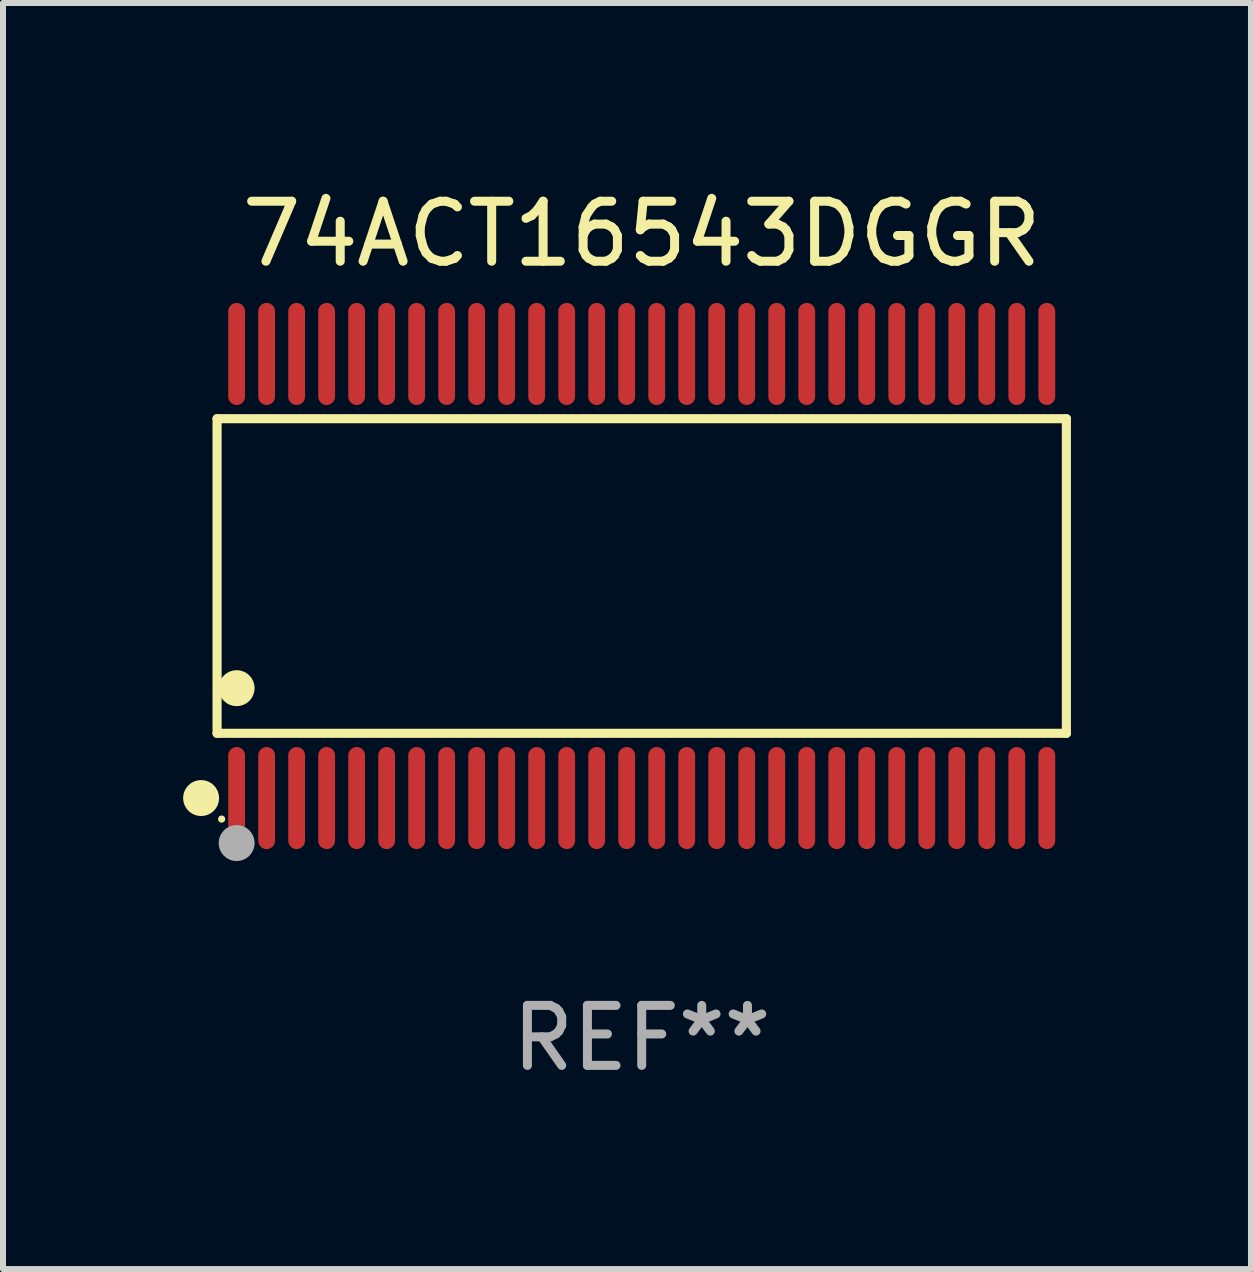
<source format=kicad_pcb>
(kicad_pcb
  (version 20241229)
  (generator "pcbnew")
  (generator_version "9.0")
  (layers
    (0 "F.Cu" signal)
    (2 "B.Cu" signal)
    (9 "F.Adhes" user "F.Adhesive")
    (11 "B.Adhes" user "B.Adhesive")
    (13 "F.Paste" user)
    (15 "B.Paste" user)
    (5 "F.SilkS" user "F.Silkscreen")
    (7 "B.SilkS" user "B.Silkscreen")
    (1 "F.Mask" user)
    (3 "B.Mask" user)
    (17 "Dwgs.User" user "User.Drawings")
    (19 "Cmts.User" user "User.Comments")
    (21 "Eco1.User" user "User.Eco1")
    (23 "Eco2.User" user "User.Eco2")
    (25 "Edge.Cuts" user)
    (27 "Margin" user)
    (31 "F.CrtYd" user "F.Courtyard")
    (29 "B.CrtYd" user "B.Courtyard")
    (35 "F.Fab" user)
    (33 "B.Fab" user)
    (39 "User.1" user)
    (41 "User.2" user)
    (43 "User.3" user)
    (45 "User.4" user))
  (footprint "74ACT16543DGGR"
    (layer "F.Cu")
    (at 7.643 6.548)
    (property "Reference" "74ACT16543DGGR" (at 0 -5.7 0) (layer "F.SilkS") (effects (font (size 1 1) (thickness 0.15))))
    (attr through_hole)
    (fp_line (start -7.076 -2.621) (end 7.076 -2.621) (stroke (width 0.152) (type solid)) (layer "F.SilkS"))
    (fp_line (start -7.076 2.621) (end -7.076 -2.621) (stroke (width 0.152) (type solid)) (layer "F.SilkS"))
    (fp_line (start 7.076 -2.621) (end 7.076 2.621) (stroke (width 0.152) (type solid)) (layer "F.SilkS"))
    (fp_line (start 7.076 2.621) (end -7.076 2.621) (stroke (width 0.152) (type solid)) (layer "F.SilkS"))
    (fp_circle (center -7.342 3.7) (end -7.192 3.7) (stroke (width 0.3) (type solid)) (fill no) (layer "F.SilkS"))
    (fp_circle (center -7 4.05) (end -6.97 4.05) (stroke (width 0.06) (type solid)) (fill no) (layer "F.SilkS"))
    (fp_circle (center -6.75 1.869) (end -6.6 1.869) (stroke (width 0.3) (type solid)) (fill no) (layer "F.SilkS"))
    (fp_circle (center -6.75 4.45) (end -6.6 4.45) (stroke (width 0.3) (type solid)) (fill no) (layer "F.Fab"))
    (fp_text user "REF**" (at 0 7.7 0) (layer "F.Fab") (effects (font (size 1 1) (thickness 0.15))))
    (pad "1" smd oval (at -6.75 3.7) (size 0.28 1.7) (layers "F.Cu" "F.Mask" "F.Paste"))
    (pad "2" smd oval (at -6.25 3.7) (size 0.28 1.7) (layers "F.Cu" "F.Mask" "F.Paste"))
    (pad "3" smd oval (at -5.75 3.7) (size 0.28 1.7) (layers "F.Cu" "F.Mask" "F.Paste"))
    (pad "4" smd oval (at -5.25 3.7) (size 0.28 1.7) (layers "F.Cu" "F.Mask" "F.Paste"))
    (pad "5" smd oval (at -4.75 3.7) (size 0.28 1.7) (layers "F.Cu" "F.Mask" "F.Paste"))
    (pad "6" smd oval (at -4.25 3.7) (size 0.28 1.7) (layers "F.Cu" "F.Mask" "F.Paste"))
    (pad "7" smd oval (at -3.75 3.7) (size 0.28 1.7) (layers "F.Cu" "F.Mask" "F.Paste"))
    (pad "8" smd oval (at -3.25 3.7) (size 0.28 1.7) (layers "F.Cu" "F.Mask" "F.Paste"))
    (pad "9" smd oval (at -2.75 3.7) (size 0.28 1.7) (layers "F.Cu" "F.Mask" "F.Paste"))
    (pad "10" smd oval (at -2.25 3.7) (size 0.28 1.7) (layers "F.Cu" "F.Mask" "F.Paste"))
    (pad "11" smd oval (at -1.75 3.7) (size 0.28 1.7) (layers "F.Cu" "F.Mask" "F.Paste"))
    (pad "12" smd oval (at -1.25 3.7) (size 0.28 1.7) (layers "F.Cu" "F.Mask" "F.Paste"))
    (pad "13" smd oval (at -0.75 3.7) (size 0.28 1.7) (layers "F.Cu" "F.Mask" "F.Paste"))
    (pad "14" smd oval (at -0.25 3.7) (size 0.28 1.7) (layers "F.Cu" "F.Mask" "F.Paste"))
    (pad "15" smd oval (at 0.25 3.7) (size 0.28 1.7) (layers "F.Cu" "F.Mask" "F.Paste"))
    (pad "16" smd oval (at 0.75 3.7) (size 0.28 1.7) (layers "F.Cu" "F.Mask" "F.Paste"))
    (pad "17" smd oval (at 1.25 3.7) (size 0.28 1.7) (layers "F.Cu" "F.Mask" "F.Paste"))
    (pad "18" smd oval (at 1.75 3.7) (size 0.28 1.7) (layers "F.Cu" "F.Mask" "F.Paste"))
    (pad "19" smd oval (at 2.25 3.7) (size 0.28 1.7) (layers "F.Cu" "F.Mask" "F.Paste"))
    (pad "20" smd oval (at 2.75 3.7) (size 0.28 1.7) (layers "F.Cu" "F.Mask" "F.Paste"))
    (pad "21" smd oval (at 3.25 3.7) (size 0.28 1.7) (layers "F.Cu" "F.Mask" "F.Paste"))
    (pad "22" smd oval (at 3.75 3.7) (size 0.28 1.7) (layers "F.Cu" "F.Mask" "F.Paste"))
    (pad "23" smd oval (at 4.25 3.7) (size 0.28 1.7) (layers "F.Cu" "F.Mask" "F.Paste"))
    (pad "24" smd oval (at 4.75 3.7) (size 0.28 1.7) (layers "F.Cu" "F.Mask" "F.Paste"))
    (pad "25" smd oval (at 5.25 3.7) (size 0.28 1.7) (layers "F.Cu" "F.Mask" "F.Paste"))
    (pad "26" smd oval (at 5.75 3.7) (size 0.28 1.7) (layers "F.Cu" "F.Mask" "F.Paste"))
    (pad "27" smd oval (at 6.25 3.7) (size 0.28 1.7) (layers "F.Cu" "F.Mask" "F.Paste"))
    (pad "28" smd oval (at 6.75 3.7) (size 0.28 1.7) (layers "F.Cu" "F.Mask" "F.Paste"))
    (pad "29" smd oval (at 6.75 -3.7) (size 0.28 1.7) (layers "F.Cu" "F.Mask" "F.Paste"))
    (pad "30" smd oval (at 6.25 -3.7) (size 0.28 1.7) (layers "F.Cu" "F.Mask" "F.Paste"))
    (pad "31" smd oval (at 5.75 -3.7) (size 0.28 1.7) (layers "F.Cu" "F.Mask" "F.Paste"))
    (pad "32" smd oval (at 5.25 -3.7) (size 0.28 1.7) (layers "F.Cu" "F.Mask" "F.Paste"))
    (pad "33" smd oval (at 4.75 -3.7) (size 0.28 1.7) (layers "F.Cu" "F.Mask" "F.Paste"))
    (pad "34" smd oval (at 4.25 -3.7) (size 0.28 1.7) (layers "F.Cu" "F.Mask" "F.Paste"))
    (pad "35" smd oval (at 3.75 -3.7) (size 0.28 1.7) (layers "F.Cu" "F.Mask" "F.Paste"))
    (pad "36" smd oval (at 3.25 -3.7) (size 0.28 1.7) (layers "F.Cu" "F.Mask" "F.Paste"))
    (pad "37" smd oval (at 2.75 -3.7) (size 0.28 1.7) (layers "F.Cu" "F.Mask" "F.Paste"))
    (pad "38" smd oval (at 2.25 -3.7) (size 0.28 1.7) (layers "F.Cu" "F.Mask" "F.Paste"))
    (pad "39" smd oval (at 1.75 -3.7) (size 0.28 1.7) (layers "F.Cu" "F.Mask" "F.Paste"))
    (pad "40" smd oval (at 1.25 -3.7) (size 0.28 1.7) (layers "F.Cu" "F.Mask" "F.Paste"))
    (pad "41" smd oval (at 0.75 -3.7) (size 0.28 1.7) (layers "F.Cu" "F.Mask" "F.Paste"))
    (pad "42" smd oval (at 0.25 -3.7) (size 0.28 1.7) (layers "F.Cu" "F.Mask" "F.Paste"))
    (pad "43" smd oval (at -0.25 -3.7) (size 0.28 1.7) (layers "F.Cu" "F.Mask" "F.Paste"))
    (pad "44" smd oval (at -0.75 -3.7) (size 0.28 1.7) (layers "F.Cu" "F.Mask" "F.Paste"))
    (pad "45" smd oval (at -1.25 -3.7) (size 0.28 1.7) (layers "F.Cu" "F.Mask" "F.Paste"))
    (pad "46" smd oval (at -1.75 -3.7) (size 0.28 1.7) (layers "F.Cu" "F.Mask" "F.Paste"))
    (pad "47" smd oval (at -2.25 -3.7) (size 0.28 1.7) (layers "F.Cu" "F.Mask" "F.Paste"))
    (pad "48" smd oval (at -2.75 -3.7) (size 0.28 1.7) (layers "F.Cu" "F.Mask" "F.Paste"))
    (pad "49" smd oval (at -3.25 -3.7) (size 0.28 1.7) (layers "F.Cu" "F.Mask" "F.Paste"))
    (pad "50" smd oval (at -3.75 -3.7) (size 0.28 1.7) (layers "F.Cu" "F.Mask" "F.Paste"))
    (pad "51" smd oval (at -4.25 -3.7) (size 0.28 1.7) (layers "F.Cu" "F.Mask" "F.Paste"))
    (pad "52" smd oval (at -4.75 -3.7) (size 0.28 1.7) (layers "F.Cu" "F.Mask" "F.Paste"))
    (pad "53" smd oval (at -5.25 -3.7) (size 0.28 1.7) (layers "F.Cu" "F.Mask" "F.Paste"))
    (pad "54" smd oval (at -5.75 -3.7) (size 0.28 1.7) (layers "F.Cu" "F.Mask" "F.Paste"))
    (pad "55" smd oval (at -6.25 -3.7) (size 0.28 1.7) (layers "F.Cu" "F.Mask" "F.Paste"))
    (pad "56" smd oval (at -6.75 -3.7) (size 0.28 1.7) (layers "F.Cu" "F.Mask" "F.Paste")))
  (gr_rect
    (start -3 -3)
    (end 17.795 18.097)
    (stroke (width 0.1) (type default))
    (fill no)
    (layer "Edge.Cuts")))
</source>
